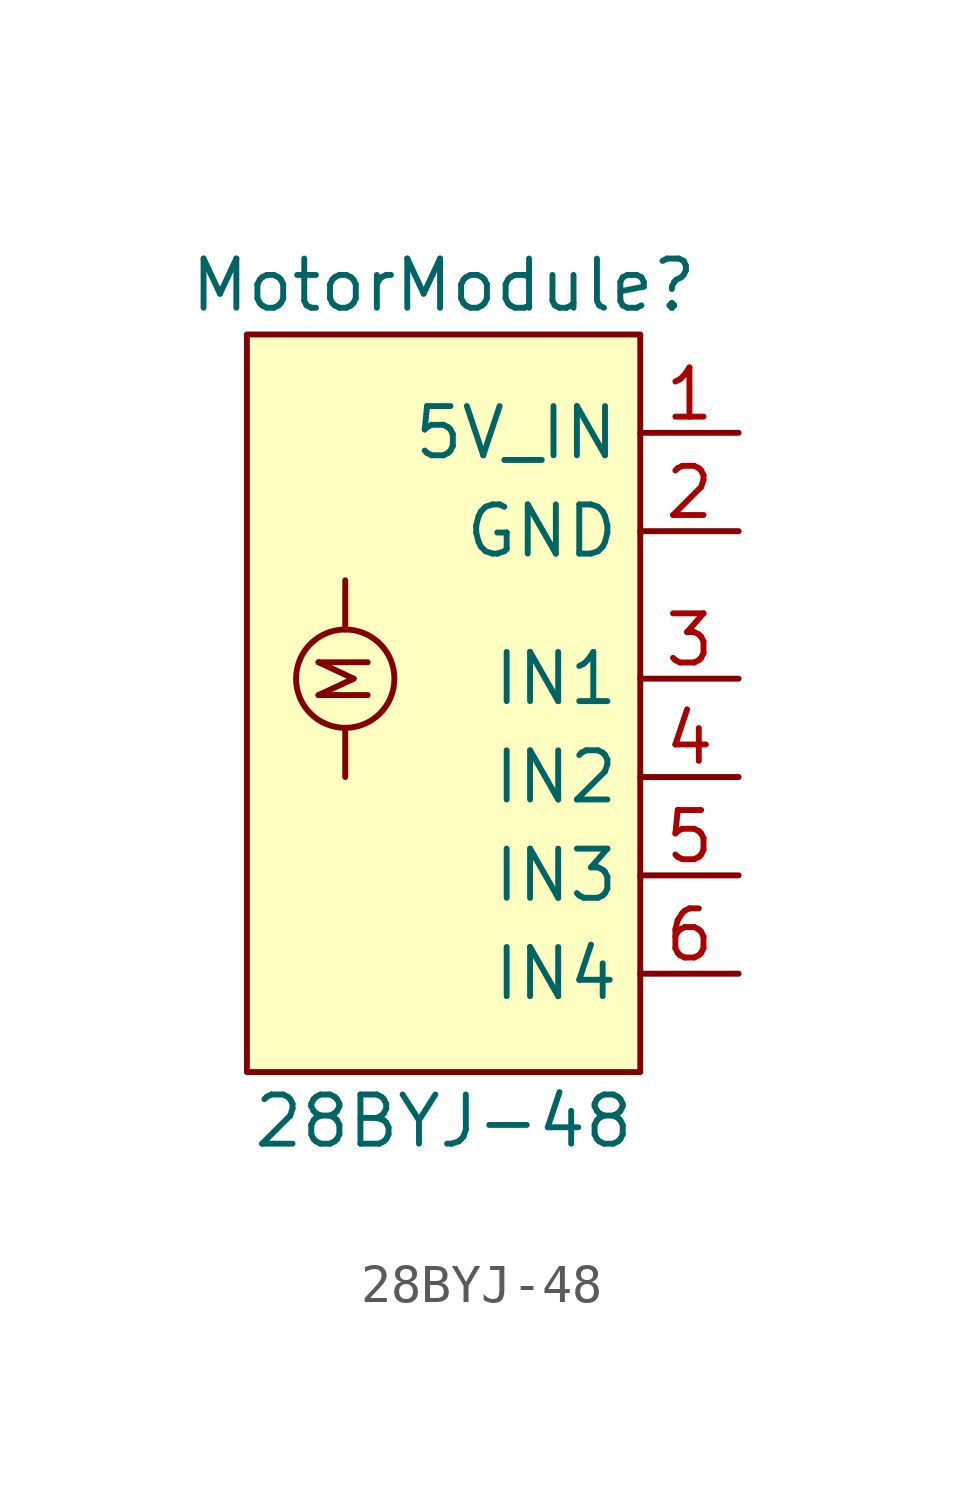
<source format=kicad_sym>
(kicad_symbol_lib
  (version 20211014)
  (generator kicad_symbol_editor)
  (symbol "28BYJ-48"
    (property "Reference" "MotorModule"
      (at -1.27 8.89 0)
      (effects (font (size 1.27 1.27))))
    (property "Value" "28BYJ-48"
      (at -1.27 -12.7 0)
      (effects (font (size 1.27 1.27))))
    (symbol "28BYJ-48_0_0"
      (text "M" (at -3.81 -1.27 900) (effects (font (size 1.27 1.27)))))
    (symbol "28BYJ-48_0_1"
      (rectangle (start -6.35 7.62) (end 3.81 -11.43) (stroke (width 0) (type default) (color 0 0 0 0)) (fill (type background)))
      (circle (center -3.81 -1.27) (radius 1.27) (stroke (width 0) (type default) (color 0 0 0 0)) (fill (type none)))
      (polyline (pts (xy -3.81 -2.54) (xy -3.81 -3.81)) (stroke (width 0) (type default) (color 0 0 0 0)) (fill (type none)))
      (polyline (pts (xy -3.81 0) (xy -3.81 1.27)) (stroke (width 0) (type default) (color 0 0 0 0)) (fill (type none))))
    (symbol "28BYJ-48_1_1"
      (pin bidirectional line (at 6.35 5.08 180) (length 2.54) (name "5V_IN" (effects (font (size 1.27 1.27)))) (number "1" (effects (font (size 1.27 1.27)))))
      (pin bidirectional line (at 6.35 2.54 180) (length 2.54) (name "GND" (effects (font (size 1.27 1.27)))) (number "2" (effects (font (size 1.27 1.27)))))
      (pin bidirectional line (at 6.35 -1.27 180) (length 2.54) (name "IN1" (effects (font (size 1.27 1.27)))) (number "3" (effects (font (size 1.27 1.27)))))
      (pin bidirectional line (at 6.35 -3.81 180) (length 2.54) (name "IN2" (effects (font (size 1.27 1.27)))) (number "4" (effects (font (size 1.27 1.27)))))
      (pin bidirectional line (at 6.35 -6.35 180) (length 2.54) (name "IN3" (effects (font (size 1.27 1.27)))) (number "5" (effects (font (size 1.27 1.27)))))
      (pin bidirectional line (at 6.35 -8.89 180) (length 2.54) (name "IN4" (effects (font (size 1.27 1.27)))) (number "6" (effects (font (size 1.27 1.27))))))))
</source>
